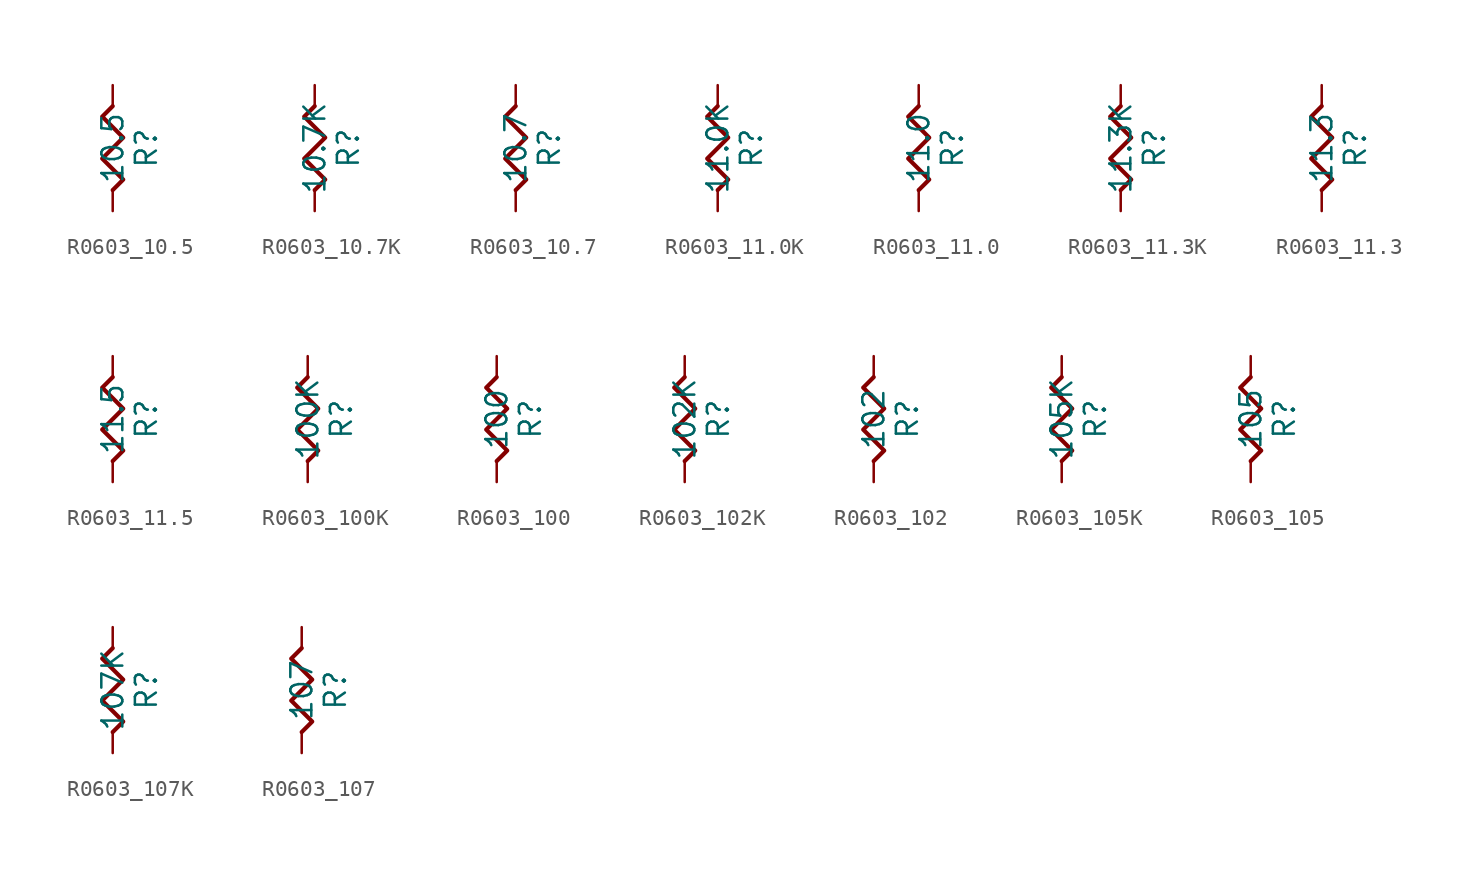
<source format=kicad_sym>
(kicad_symbol_lib
  (version 20211014)
  (generator atlantix-eda)
  (symbol "R0603_10.5"
    (pin_numbers hide)
    (pin_names
      (offset 0))
    (property "Reference" "R"
      (at 2.032 0 90)
      (effects (font (size 1.27 1.27))))
    (property "Value" "10.5"
      (at 0 0 90)
      (effects (font (size 1.27 1.27))))
    (symbol "R0603_10.5_0_1"
      (polyline (pts (xy 0 -2.54) (xy 0.635 -1.905) (xy -0.635 -0.635) (xy 0.635 0.635) (xy -0.635 1.905) (xy 0 2.54)) (stroke (width 0.254) (type default) (color 0 0 0 0)) (fill (type none))))
    (symbol "R0603_10.5_1_1"
      (pin passive line (at 0 3.81 270) (length 1.27) (name "~" (effects (font (size 1.27 1.27)))) (number "1" (effects (font (size 1.27 1.27)))))
      (pin passive line (at 0 -3.81 90) (length 1.27) (name "~" (effects (font (size 1.27 1.27)))) (number "2" (effects (font (size 1.27 1.27)))))))
  (symbol "R0603_10.7K"
    (pin_numbers hide)
    (pin_names
      (offset 0))
    (property "Reference" "R"
      (at 2.032 0 90)
      (effects (font (size 1.27 1.27))))
    (property "Value" "10.7K"
      (at 0 0 90)
      (effects (font (size 1.27 1.27))))
    (symbol "R0603_10.7K_0_1"
      (polyline (pts (xy 0 -2.54) (xy 0.635 -1.905) (xy -0.635 -0.635) (xy 0.635 0.635) (xy -0.635 1.905) (xy 0 2.54)) (stroke (width 0.254) (type default) (color 0 0 0 0)) (fill (type none))))
    (symbol "R0603_10.7K_1_1"
      (pin passive line (at 0 3.81 270) (length 1.27) (name "~" (effects (font (size 1.27 1.27)))) (number "1" (effects (font (size 1.27 1.27)))))
      (pin passive line (at 0 -3.81 90) (length 1.27) (name "~" (effects (font (size 1.27 1.27)))) (number "2" (effects (font (size 1.27 1.27)))))))
  (symbol "R0603_10.7"
    (pin_numbers hide)
    (pin_names
      (offset 0))
    (property "Reference" "R"
      (at 2.032 0 90)
      (effects (font (size 1.27 1.27))))
    (property "Value" "10.7"
      (at 0 0 90)
      (effects (font (size 1.27 1.27))))
    (symbol "R0603_10.7_0_1"
      (polyline (pts (xy 0 -2.54) (xy 0.635 -1.905) (xy -0.635 -0.635) (xy 0.635 0.635) (xy -0.635 1.905) (xy 0 2.54)) (stroke (width 0.254) (type default) (color 0 0 0 0)) (fill (type none))))
    (symbol "R0603_10.7_1_1"
      (pin passive line (at 0 3.81 270) (length 1.27) (name "~" (effects (font (size 1.27 1.27)))) (number "1" (effects (font (size 1.27 1.27)))))
      (pin passive line (at 0 -3.81 90) (length 1.27) (name "~" (effects (font (size 1.27 1.27)))) (number "2" (effects (font (size 1.27 1.27)))))))
  (symbol "R0603_11.0K"
    (pin_numbers hide)
    (pin_names
      (offset 0))
    (property "Reference" "R"
      (at 2.032 0 90)
      (effects (font (size 1.27 1.27))))
    (property "Value" "11.0K"
      (at 0 0 90)
      (effects (font (size 1.27 1.27))))
    (symbol "R0603_11.0K_0_1"
      (polyline (pts (xy 0 -2.54) (xy 0.635 -1.905) (xy -0.635 -0.635) (xy 0.635 0.635) (xy -0.635 1.905) (xy 0 2.54)) (stroke (width 0.254) (type default) (color 0 0 0 0)) (fill (type none))))
    (symbol "R0603_11.0K_1_1"
      (pin passive line (at 0 3.81 270) (length 1.27) (name "~" (effects (font (size 1.27 1.27)))) (number "1" (effects (font (size 1.27 1.27)))))
      (pin passive line (at 0 -3.81 90) (length 1.27) (name "~" (effects (font (size 1.27 1.27)))) (number "2" (effects (font (size 1.27 1.27)))))))
  (symbol "R0603_11.0"
    (pin_numbers hide)
    (pin_names
      (offset 0))
    (property "Reference" "R"
      (at 2.032 0 90)
      (effects (font (size 1.27 1.27))))
    (property "Value" "11.0"
      (at 0 0 90)
      (effects (font (size 1.27 1.27))))
    (symbol "R0603_11.0_0_1"
      (polyline (pts (xy 0 -2.54) (xy 0.635 -1.905) (xy -0.635 -0.635) (xy 0.635 0.635) (xy -0.635 1.905) (xy 0 2.54)) (stroke (width 0.254) (type default) (color 0 0 0 0)) (fill (type none))))
    (symbol "R0603_11.0_1_1"
      (pin passive line (at 0 3.81 270) (length 1.27) (name "~" (effects (font (size 1.27 1.27)))) (number "1" (effects (font (size 1.27 1.27)))))
      (pin passive line (at 0 -3.81 90) (length 1.27) (name "~" (effects (font (size 1.27 1.27)))) (number "2" (effects (font (size 1.27 1.27)))))))
  (symbol "R0603_11.3K"
    (pin_numbers hide)
    (pin_names
      (offset 0))
    (property "Reference" "R"
      (at 2.032 0 90)
      (effects (font (size 1.27 1.27))))
    (property "Value" "11.3K"
      (at 0 0 90)
      (effects (font (size 1.27 1.27))))
    (symbol "R0603_11.3K_0_1"
      (polyline (pts (xy 0 -2.54) (xy 0.635 -1.905) (xy -0.635 -0.635) (xy 0.635 0.635) (xy -0.635 1.905) (xy 0 2.54)) (stroke (width 0.254) (type default) (color 0 0 0 0)) (fill (type none))))
    (symbol "R0603_11.3K_1_1"
      (pin passive line (at 0 3.81 270) (length 1.27) (name "~" (effects (font (size 1.27 1.27)))) (number "1" (effects (font (size 1.27 1.27)))))
      (pin passive line (at 0 -3.81 90) (length 1.27) (name "~" (effects (font (size 1.27 1.27)))) (number "2" (effects (font (size 1.27 1.27)))))))
  (symbol "R0603_11.3"
    (pin_numbers hide)
    (pin_names
      (offset 0))
    (property "Reference" "R"
      (at 2.032 0 90)
      (effects (font (size 1.27 1.27))))
    (property "Value" "11.3"
      (at 0 0 90)
      (effects (font (size 1.27 1.27))))
    (symbol "R0603_11.3_0_1"
      (polyline (pts (xy 0 -2.54) (xy 0.635 -1.905) (xy -0.635 -0.635) (xy 0.635 0.635) (xy -0.635 1.905) (xy 0 2.54)) (stroke (width 0.254) (type default) (color 0 0 0 0)) (fill (type none))))
    (symbol "R0603_11.3_1_1"
      (pin passive line (at 0 3.81 270) (length 1.27) (name "~" (effects (font (size 1.27 1.27)))) (number "1" (effects (font (size 1.27 1.27)))))
      (pin passive line (at 0 -3.81 90) (length 1.27) (name "~" (effects (font (size 1.27 1.27)))) (number "2" (effects (font (size 1.27 1.27)))))))
  (symbol "R0603_11.5"
    (pin_numbers hide)
    (pin_names
      (offset 0))
    (property "Reference" "R"
      (at 2.032 0 90)
      (effects (font (size 1.27 1.27))))
    (property "Value" "11.5"
      (at 0 0 90)
      (effects (font (size 1.27 1.27))))
    (symbol "R0603_11.5_0_1"
      (polyline (pts (xy 0 -2.54) (xy 0.635 -1.905) (xy -0.635 -0.635) (xy 0.635 0.635) (xy -0.635 1.905) (xy 0 2.54)) (stroke (width 0.254) (type default) (color 0 0 0 0)) (fill (type none))))
    (symbol "R0603_11.5_1_1"
      (pin passive line (at 0 3.81 270) (length 1.27) (name "~" (effects (font (size 1.27 1.27)))) (number "1" (effects (font (size 1.27 1.27)))))
      (pin passive line (at 0 -3.81 90) (length 1.27) (name "~" (effects (font (size 1.27 1.27)))) (number "2" (effects (font (size 1.27 1.27)))))))
  (symbol "R0603_100K"
    (pin_numbers hide)
    (pin_names
      (offset 0))
    (property "Reference" "R"
      (at 2.032 0 90)
      (effects (font (size 1.27 1.27))))
    (property "Value" "100K"
      (at 0 0 90)
      (effects (font (size 1.27 1.27))))
    (symbol "R0603_100K_0_1"
      (polyline (pts (xy 0 -2.54) (xy 0.635 -1.905) (xy -0.635 -0.635) (xy 0.635 0.635) (xy -0.635 1.905) (xy 0 2.54)) (stroke (width 0.254) (type default) (color 0 0 0 0)) (fill (type none))))
    (symbol "R0603_100K_1_1"
      (pin passive line (at 0 3.81 270) (length 1.27) (name "~" (effects (font (size 1.27 1.27)))) (number "1" (effects (font (size 1.27 1.27)))))
      (pin passive line (at 0 -3.81 90) (length 1.27) (name "~" (effects (font (size 1.27 1.27)))) (number "2" (effects (font (size 1.27 1.27)))))))
  (symbol "R0603_100"
    (pin_numbers hide)
    (pin_names
      (offset 0))
    (property "Reference" "R"
      (at 2.032 0 90)
      (effects (font (size 1.27 1.27))))
    (property "Value" "100"
      (at 0 0 90)
      (effects (font (size 1.27 1.27))))
    (symbol "R0603_100_0_1"
      (polyline (pts (xy 0 -2.54) (xy 0.635 -1.905) (xy -0.635 -0.635) (xy 0.635 0.635) (xy -0.635 1.905) (xy 0 2.54)) (stroke (width 0.254) (type default) (color 0 0 0 0)) (fill (type none))))
    (symbol "R0603_100_1_1"
      (pin passive line (at 0 3.81 270) (length 1.27) (name "~" (effects (font (size 1.27 1.27)))) (number "1" (effects (font (size 1.27 1.27)))))
      (pin passive line (at 0 -3.81 90) (length 1.27) (name "~" (effects (font (size 1.27 1.27)))) (number "2" (effects (font (size 1.27 1.27)))))))
  (symbol "R0603_102K"
    (pin_numbers hide)
    (pin_names
      (offset 0))
    (property "Reference" "R"
      (at 2.032 0 90)
      (effects (font (size 1.27 1.27))))
    (property "Value" "102K"
      (at 0 0 90)
      (effects (font (size 1.27 1.27))))
    (symbol "R0603_102K_0_1"
      (polyline (pts (xy 0 -2.54) (xy 0.635 -1.905) (xy -0.635 -0.635) (xy 0.635 0.635) (xy -0.635 1.905) (xy 0 2.54)) (stroke (width 0.254) (type default) (color 0 0 0 0)) (fill (type none))))
    (symbol "R0603_102K_1_1"
      (pin passive line (at 0 3.81 270) (length 1.27) (name "~" (effects (font (size 1.27 1.27)))) (number "1" (effects (font (size 1.27 1.27)))))
      (pin passive line (at 0 -3.81 90) (length 1.27) (name "~" (effects (font (size 1.27 1.27)))) (number "2" (effects (font (size 1.27 1.27)))))))
  (symbol "R0603_102"
    (pin_numbers hide)
    (pin_names
      (offset 0))
    (property "Reference" "R"
      (at 2.032 0 90)
      (effects (font (size 1.27 1.27))))
    (property "Value" "102"
      (at 0 0 90)
      (effects (font (size 1.27 1.27))))
    (symbol "R0603_102_0_1"
      (polyline (pts (xy 0 -2.54) (xy 0.635 -1.905) (xy -0.635 -0.635) (xy 0.635 0.635) (xy -0.635 1.905) (xy 0 2.54)) (stroke (width 0.254) (type default) (color 0 0 0 0)) (fill (type none))))
    (symbol "R0603_102_1_1"
      (pin passive line (at 0 3.81 270) (length 1.27) (name "~" (effects (font (size 1.27 1.27)))) (number "1" (effects (font (size 1.27 1.27)))))
      (pin passive line (at 0 -3.81 90) (length 1.27) (name "~" (effects (font (size 1.27 1.27)))) (number "2" (effects (font (size 1.27 1.27)))))))
  (symbol "R0603_105K"
    (pin_numbers hide)
    (pin_names
      (offset 0))
    (property "Reference" "R"
      (at 2.032 0 90)
      (effects (font (size 1.27 1.27))))
    (property "Value" "105K"
      (at 0 0 90)
      (effects (font (size 1.27 1.27))))
    (symbol "R0603_105K_0_1"
      (polyline (pts (xy 0 -2.54) (xy 0.635 -1.905) (xy -0.635 -0.635) (xy 0.635 0.635) (xy -0.635 1.905) (xy 0 2.54)) (stroke (width 0.254) (type default) (color 0 0 0 0)) (fill (type none))))
    (symbol "R0603_105K_1_1"
      (pin passive line (at 0 3.81 270) (length 1.27) (name "~" (effects (font (size 1.27 1.27)))) (number "1" (effects (font (size 1.27 1.27)))))
      (pin passive line (at 0 -3.81 90) (length 1.27) (name "~" (effects (font (size 1.27 1.27)))) (number "2" (effects (font (size 1.27 1.27)))))))
  (symbol "R0603_105"
    (pin_numbers hide)
    (pin_names
      (offset 0))
    (property "Reference" "R"
      (at 2.032 0 90)
      (effects (font (size 1.27 1.27))))
    (property "Value" "105"
      (at 0 0 90)
      (effects (font (size 1.27 1.27))))
    (symbol "R0603_105_0_1"
      (polyline (pts (xy 0 -2.54) (xy 0.635 -1.905) (xy -0.635 -0.635) (xy 0.635 0.635) (xy -0.635 1.905) (xy 0 2.54)) (stroke (width 0.254) (type default) (color 0 0 0 0)) (fill (type none))))
    (symbol "R0603_105_1_1"
      (pin passive line (at 0 3.81 270) (length 1.27) (name "~" (effects (font (size 1.27 1.27)))) (number "1" (effects (font (size 1.27 1.27)))))
      (pin passive line (at 0 -3.81 90) (length 1.27) (name "~" (effects (font (size 1.27 1.27)))) (number "2" (effects (font (size 1.27 1.27)))))))
  (symbol "R0603_107K"
    (pin_numbers hide)
    (pin_names
      (offset 0))
    (property "Reference" "R"
      (at 2.032 0 90)
      (effects (font (size 1.27 1.27))))
    (property "Value" "107K"
      (at 0 0 90)
      (effects (font (size 1.27 1.27))))
    (symbol "R0603_107K_0_1"
      (polyline (pts (xy 0 -2.54) (xy 0.635 -1.905) (xy -0.635 -0.635) (xy 0.635 0.635) (xy -0.635 1.905) (xy 0 2.54)) (stroke (width 0.254) (type default) (color 0 0 0 0)) (fill (type none))))
    (symbol "R0603_107K_1_1"
      (pin passive line (at 0 3.81 270) (length 1.27) (name "~" (effects (font (size 1.27 1.27)))) (number "1" (effects (font (size 1.27 1.27)))))
      (pin passive line (at 0 -3.81 90) (length 1.27) (name "~" (effects (font (size 1.27 1.27)))) (number "2" (effects (font (size 1.27 1.27)))))))
  (symbol "R0603_107"
    (pin_numbers hide)
    (pin_names
      (offset 0))
    (property "Reference" "R"
      (at 2.032 0 90)
      (effects (font (size 1.27 1.27))))
    (property "Value" "107"
      (at 0 0 90)
      (effects (font (size 1.27 1.27))))
    (symbol "R0603_107_0_1"
      (polyline (pts (xy 0 -2.54) (xy 0.635 -1.905) (xy -0.635 -0.635) (xy 0.635 0.635) (xy -0.635 1.905) (xy 0 2.54)) (stroke (width 0.254) (type default) (color 0 0 0 0)) (fill (type none))))
    (symbol "R0603_107_1_1"
      (pin passive line (at 0 3.81 270) (length 1.27) (name "~" (effects (font (size 1.27 1.27)))) (number "1" (effects (font (size 1.27 1.27)))))
      (pin passive line (at 0 -3.81 90) (length 1.27) (name "~" (effects (font (size 1.27 1.27)))) (number "2" (effects (font (size 1.27 1.27))))))))
</source>
